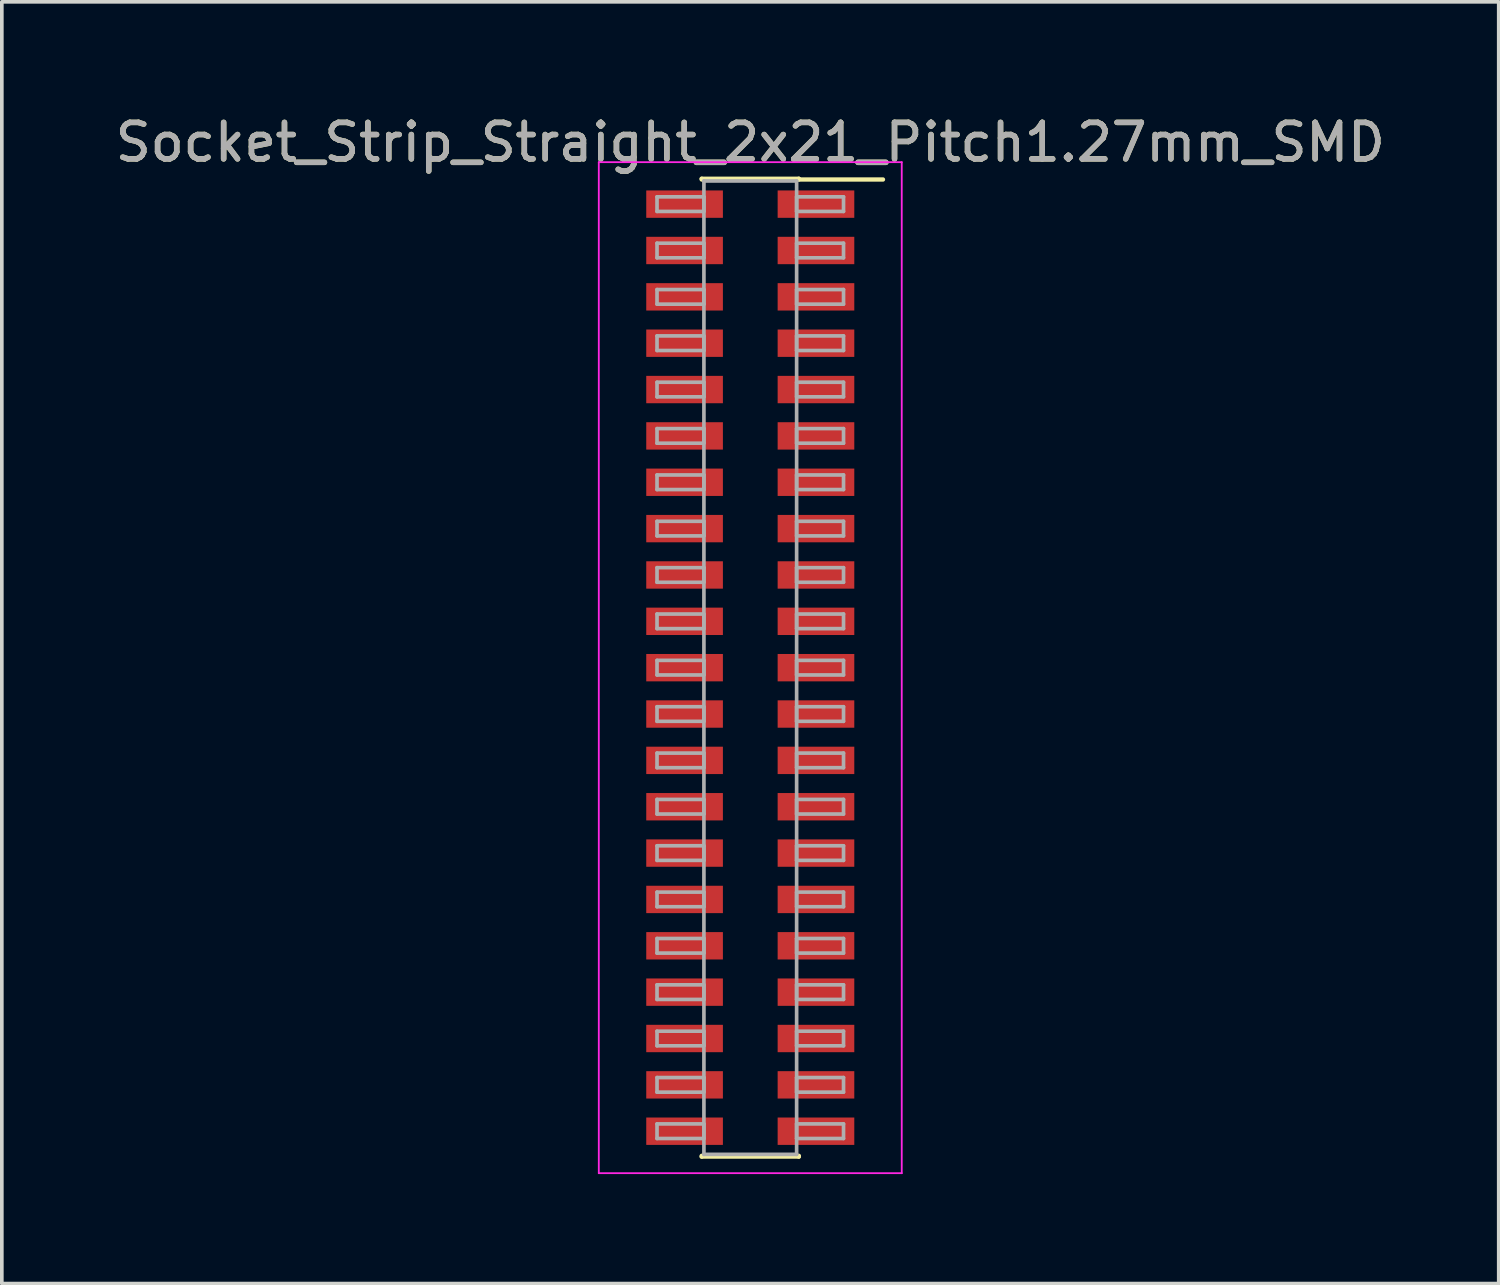
<source format=kicad_pcb>
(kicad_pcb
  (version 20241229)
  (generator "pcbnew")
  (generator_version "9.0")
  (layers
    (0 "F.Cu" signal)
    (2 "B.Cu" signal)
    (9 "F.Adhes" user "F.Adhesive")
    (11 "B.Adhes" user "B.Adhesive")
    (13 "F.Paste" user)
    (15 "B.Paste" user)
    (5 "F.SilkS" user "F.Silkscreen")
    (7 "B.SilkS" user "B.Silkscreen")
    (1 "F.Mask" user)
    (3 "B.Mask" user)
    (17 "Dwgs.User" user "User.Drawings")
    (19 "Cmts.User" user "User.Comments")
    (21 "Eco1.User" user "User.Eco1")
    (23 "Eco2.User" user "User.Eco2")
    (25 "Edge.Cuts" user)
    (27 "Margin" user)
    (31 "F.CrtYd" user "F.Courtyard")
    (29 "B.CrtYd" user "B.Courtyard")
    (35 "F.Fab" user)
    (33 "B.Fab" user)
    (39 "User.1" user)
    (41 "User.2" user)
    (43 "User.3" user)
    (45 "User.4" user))
  (footprint "Socket_Strip_Straight_2x21_Pitch1.27mm_SMD"
    (layer "F.Cu")
    (at 17.506 15.243)
    (property "Reference" "Socket_Strip_Straight_2x21_Pitch1.27mm_SMD" (at 0 -14.395 0) (layer "F.SilkS") (effects (font (size 1 1) (thickness 0.15))))
    (attr smd)
    (fp_line (start -1.33 -13.395) (end 1.33 -13.395) (stroke (width 0.12) (type solid)) (layer "F.SilkS"))
    (fp_line (start -1.33 -13.375) (end -1.33 -13.395) (stroke (width 0.12) (type solid)) (layer "F.SilkS"))
    (fp_line (start -1.33 13.375) (end -1.33 13.395) (stroke (width 0.12) (type solid)) (layer "F.SilkS"))
    (fp_line (start -1.33 13.395) (end 1.33 13.395) (stroke (width 0.12) (type solid)) (layer "F.SilkS"))
    (fp_line (start 1.33 -13.395) (end 1.33 -13.375) (stroke (width 0.12) (type solid)) (layer "F.SilkS"))
    (fp_line (start 1.33 13.395) (end 1.33 13.375) (stroke (width 0.12) (type solid)) (layer "F.SilkS"))
    (fp_line (start 3.635 -13.375) (end 1.33 -13.375) (stroke (width 0.12) (type solid)) (layer "F.SilkS"))
    (fp_line (start -4.15 -13.85) (end -4.15 13.85) (stroke (width 0.05) (type solid)) (layer "F.CrtYd"))
    (fp_line (start -4.15 13.85) (end 4.15 13.85) (stroke (width 0.05) (type solid)) (layer "F.CrtYd"))
    (fp_line (start 4.15 -13.85) (end -4.15 -13.85) (stroke (width 0.05) (type solid)) (layer "F.CrtYd"))
    (fp_line (start 4.15 13.85) (end 4.15 -13.85) (stroke (width 0.05) (type solid)) (layer "F.CrtYd"))
    (fp_line (start -2.555 -12.9) (end -1.27 -12.9) (stroke (width 0.1) (type solid)) (layer "F.Fab"))
    (fp_line (start -2.555 -12.5) (end -2.555 -12.9) (stroke (width 0.1) (type solid)) (layer "F.Fab"))
    (fp_line (start -2.555 -11.63) (end -1.27 -11.63) (stroke (width 0.1) (type solid)) (layer "F.Fab"))
    (fp_line (start -2.555 -11.23) (end -2.555 -11.63) (stroke (width 0.1) (type solid)) (layer "F.Fab"))
    (fp_line (start -2.555 -10.36) (end -1.27 -10.36) (stroke (width 0.1) (type solid)) (layer "F.Fab"))
    (fp_line (start -2.555 -9.96) (end -2.555 -10.36) (stroke (width 0.1) (type solid)) (layer "F.Fab"))
    (fp_line (start -2.555 -9.09) (end -1.27 -9.09) (stroke (width 0.1) (type solid)) (layer "F.Fab"))
    (fp_line (start -2.555 -8.69) (end -2.555 -9.09) (stroke (width 0.1) (type solid)) (layer "F.Fab"))
    (fp_line (start -2.555 -7.82) (end -1.27 -7.82) (stroke (width 0.1) (type solid)) (layer "F.Fab"))
    (fp_line (start -2.555 -7.42) (end -2.555 -7.82) (stroke (width 0.1) (type solid)) (layer "F.Fab"))
    (fp_line (start -2.555 -6.55) (end -1.27 -6.55) (stroke (width 0.1) (type solid)) (layer "F.Fab"))
    (fp_line (start -2.555 -6.15) (end -2.555 -6.55) (stroke (width 0.1) (type solid)) (layer "F.Fab"))
    (fp_line (start -2.555 -5.28) (end -1.27 -5.28) (stroke (width 0.1) (type solid)) (layer "F.Fab"))
    (fp_line (start -2.555 -4.88) (end -2.555 -5.28) (stroke (width 0.1) (type solid)) (layer "F.Fab"))
    (fp_line (start -2.555 -4.01) (end -1.27 -4.01) (stroke (width 0.1) (type solid)) (layer "F.Fab"))
    (fp_line (start -2.555 -3.61) (end -2.555 -4.01) (stroke (width 0.1) (type solid)) (layer "F.Fab"))
    (fp_line (start -2.555 -2.74) (end -1.27 -2.74) (stroke (width 0.1) (type solid)) (layer "F.Fab"))
    (fp_line (start -2.555 -2.34) (end -2.555 -2.74) (stroke (width 0.1) (type solid)) (layer "F.Fab"))
    (fp_line (start -2.555 -1.47) (end -1.27 -1.47) (stroke (width 0.1) (type solid)) (layer "F.Fab"))
    (fp_line (start -2.555 -1.07) (end -2.555 -1.47) (stroke (width 0.1) (type solid)) (layer "F.Fab"))
    (fp_line (start -2.555 -0.2) (end -1.27 -0.2) (stroke (width 0.1) (type solid)) (layer "F.Fab"))
    (fp_line (start -2.555 0.2) (end -2.555 -0.2) (stroke (width 0.1) (type solid)) (layer "F.Fab"))
    (fp_line (start -2.555 1.07) (end -1.27 1.07) (stroke (width 0.1) (type solid)) (layer "F.Fab"))
    (fp_line (start -2.555 1.47) (end -2.555 1.07) (stroke (width 0.1) (type solid)) (layer "F.Fab"))
    (fp_line (start -2.555 2.34) (end -1.27 2.34) (stroke (width 0.1) (type solid)) (layer "F.Fab"))
    (fp_line (start -2.555 2.74) (end -2.555 2.34) (stroke (width 0.1) (type solid)) (layer "F.Fab"))
    (fp_line (start -2.555 3.61) (end -1.27 3.61) (stroke (width 0.1) (type solid)) (layer "F.Fab"))
    (fp_line (start -2.555 4.01) (end -2.555 3.61) (stroke (width 0.1) (type solid)) (layer "F.Fab"))
    (fp_line (start -2.555 4.88) (end -1.27 4.88) (stroke (width 0.1) (type solid)) (layer "F.Fab"))
    (fp_line (start -2.555 5.28) (end -2.555 4.88) (stroke (width 0.1) (type solid)) (layer "F.Fab"))
    (fp_line (start -2.555 6.15) (end -1.27 6.15) (stroke (width 0.1) (type solid)) (layer "F.Fab"))
    (fp_line (start -2.555 6.55) (end -2.555 6.15) (stroke (width 0.1) (type solid)) (layer "F.Fab"))
    (fp_line (start -2.555 7.42) (end -1.27 7.42) (stroke (width 0.1) (type solid)) (layer "F.Fab"))
    (fp_line (start -2.555 7.82) (end -2.555 7.42) (stroke (width 0.1) (type solid)) (layer "F.Fab"))
    (fp_line (start -2.555 8.69) (end -1.27 8.69) (stroke (width 0.1) (type solid)) (layer "F.Fab"))
    (fp_line (start -2.555 9.09) (end -2.555 8.69) (stroke (width 0.1) (type solid)) (layer "F.Fab"))
    (fp_line (start -2.555 9.96) (end -1.27 9.96) (stroke (width 0.1) (type solid)) (layer "F.Fab"))
    (fp_line (start -2.555 10.36) (end -2.555 9.96) (stroke (width 0.1) (type solid)) (layer "F.Fab"))
    (fp_line (start -2.555 11.23) (end -1.27 11.23) (stroke (width 0.1) (type solid)) (layer "F.Fab"))
    (fp_line (start -2.555 11.63) (end -2.555 11.23) (stroke (width 0.1) (type solid)) (layer "F.Fab"))
    (fp_line (start -2.555 12.5) (end -1.27 12.5) (stroke (width 0.1) (type solid)) (layer "F.Fab"))
    (fp_line (start -2.555 12.9) (end -2.555 12.5) (stroke (width 0.1) (type solid)) (layer "F.Fab"))
    (fp_line (start -1.27 -13.335) (end -1.27 13.335) (stroke (width 0.1) (type solid)) (layer "F.Fab"))
    (fp_line (start -1.27 -12.9) (end -1.27 -12.5) (stroke (width 0.1) (type solid)) (layer "F.Fab"))
    (fp_line (start -1.27 -12.5) (end -2.555 -12.5) (stroke (width 0.1) (type solid)) (layer "F.Fab"))
    (fp_line (start -1.27 -11.63) (end -1.27 -11.23) (stroke (width 0.1) (type solid)) (layer "F.Fab"))
    (fp_line (start -1.27 -11.23) (end -2.555 -11.23) (stroke (width 0.1) (type solid)) (layer "F.Fab"))
    (fp_line (start -1.27 -10.36) (end -1.27 -9.96) (stroke (width 0.1) (type solid)) (layer "F.Fab"))
    (fp_line (start -1.27 -9.96) (end -2.555 -9.96) (stroke (width 0.1) (type solid)) (layer "F.Fab"))
    (fp_line (start -1.27 -9.09) (end -1.27 -8.69) (stroke (width 0.1) (type solid)) (layer "F.Fab"))
    (fp_line (start -1.27 -8.69) (end -2.555 -8.69) (stroke (width 0.1) (type solid)) (layer "F.Fab"))
    (fp_line (start -1.27 -7.82) (end -1.27 -7.42) (stroke (width 0.1) (type solid)) (layer "F.Fab"))
    (fp_line (start -1.27 -7.42) (end -2.555 -7.42) (stroke (width 0.1) (type solid)) (layer "F.Fab"))
    (fp_line (start -1.27 -6.55) (end -1.27 -6.15) (stroke (width 0.1) (type solid)) (layer "F.Fab"))
    (fp_line (start -1.27 -6.15) (end -2.555 -6.15) (stroke (width 0.1) (type solid)) (layer "F.Fab"))
    (fp_line (start -1.27 -5.28) (end -1.27 -4.88) (stroke (width 0.1) (type solid)) (layer "F.Fab"))
    (fp_line (start -1.27 -4.88) (end -2.555 -4.88) (stroke (width 0.1) (type solid)) (layer "F.Fab"))
    (fp_line (start -1.27 -4.01) (end -1.27 -3.61) (stroke (width 0.1) (type solid)) (layer "F.Fab"))
    (fp_line (start -1.27 -3.61) (end -2.555 -3.61) (stroke (width 0.1) (type solid)) (layer "F.Fab"))
    (fp_line (start -1.27 -2.74) (end -1.27 -2.34) (stroke (width 0.1) (type solid)) (layer "F.Fab"))
    (fp_line (start -1.27 -2.34) (end -2.555 -2.34) (stroke (width 0.1) (type solid)) (layer "F.Fab"))
    (fp_line (start -1.27 -1.47) (end -1.27 -1.07) (stroke (width 0.1) (type solid)) (layer "F.Fab"))
    (fp_line (start -1.27 -1.07) (end -2.555 -1.07) (stroke (width 0.1) (type solid)) (layer "F.Fab"))
    (fp_line (start -1.27 -0.2) (end -1.27 0.2) (stroke (width 0.1) (type solid)) (layer "F.Fab"))
    (fp_line (start -1.27 0.2) (end -2.555 0.2) (stroke (width 0.1) (type solid)) (layer "F.Fab"))
    (fp_line (start -1.27 1.07) (end -1.27 1.47) (stroke (width 0.1) (type solid)) (layer "F.Fab"))
    (fp_line (start -1.27 1.47) (end -2.555 1.47) (stroke (width 0.1) (type solid)) (layer "F.Fab"))
    (fp_line (start -1.27 2.34) (end -1.27 2.74) (stroke (width 0.1) (type solid)) (layer "F.Fab"))
    (fp_line (start -1.27 2.74) (end -2.555 2.74) (stroke (width 0.1) (type solid)) (layer "F.Fab"))
    (fp_line (start -1.27 3.61) (end -1.27 4.01) (stroke (width 0.1) (type solid)) (layer "F.Fab"))
    (fp_line (start -1.27 4.01) (end -2.555 4.01) (stroke (width 0.1) (type solid)) (layer "F.Fab"))
    (fp_line (start -1.27 4.88) (end -1.27 5.28) (stroke (width 0.1) (type solid)) (layer "F.Fab"))
    (fp_line (start -1.27 5.28) (end -2.555 5.28) (stroke (width 0.1) (type solid)) (layer "F.Fab"))
    (fp_line (start -1.27 6.15) (end -1.27 6.55) (stroke (width 0.1) (type solid)) (layer "F.Fab"))
    (fp_line (start -1.27 6.55) (end -2.555 6.55) (stroke (width 0.1) (type solid)) (layer "F.Fab"))
    (fp_line (start -1.27 7.42) (end -1.27 7.82) (stroke (width 0.1) (type solid)) (layer "F.Fab"))
    (fp_line (start -1.27 7.82) (end -2.555 7.82) (stroke (width 0.1) (type solid)) (layer "F.Fab"))
    (fp_line (start -1.27 8.69) (end -1.27 9.09) (stroke (width 0.1) (type solid)) (layer "F.Fab"))
    (fp_line (start -1.27 9.09) (end -2.555 9.09) (stroke (width 0.1) (type solid)) (layer "F.Fab"))
    (fp_line (start -1.27 9.96) (end -1.27 10.36) (stroke (width 0.1) (type solid)) (layer "F.Fab"))
    (fp_line (start -1.27 10.36) (end -2.555 10.36) (stroke (width 0.1) (type solid)) (layer "F.Fab"))
    (fp_line (start -1.27 11.23) (end -1.27 11.63) (stroke (width 0.1) (type solid)) (layer "F.Fab"))
    (fp_line (start -1.27 11.63) (end -2.555 11.63) (stroke (width 0.1) (type solid)) (layer "F.Fab"))
    (fp_line (start -1.27 12.5) (end -1.27 12.9) (stroke (width 0.1) (type solid)) (layer "F.Fab"))
    (fp_line (start -1.27 12.9) (end -2.555 12.9) (stroke (width 0.1) (type solid)) (layer "F.Fab"))
    (fp_line (start -1.27 13.335) (end 1.27 13.335) (stroke (width 0.1) (type solid)) (layer "F.Fab"))
    (fp_line (start 1.27 -13.335) (end -1.27 -13.335) (stroke (width 0.1) (type solid)) (layer "F.Fab"))
    (fp_line (start 1.27 -12.9) (end 1.27 -12.5) (stroke (width 0.1) (type solid)) (layer "F.Fab"))
    (fp_line (start 1.27 -12.5) (end 2.555 -12.5) (stroke (width 0.1) (type solid)) (layer "F.Fab"))
    (fp_line (start 1.27 -11.63) (end 1.27 -11.23) (stroke (width 0.1) (type solid)) (layer "F.Fab"))
    (fp_line (start 1.27 -11.23) (end 2.555 -11.23) (stroke (width 0.1) (type solid)) (layer "F.Fab"))
    (fp_line (start 1.27 -10.36) (end 1.27 -9.96) (stroke (width 0.1) (type solid)) (layer "F.Fab"))
    (fp_line (start 1.27 -9.96) (end 2.555 -9.96) (stroke (width 0.1) (type solid)) (layer "F.Fab"))
    (fp_line (start 1.27 -9.09) (end 1.27 -8.69) (stroke (width 0.1) (type solid)) (layer "F.Fab"))
    (fp_line (start 1.27 -8.69) (end 2.555 -8.69) (stroke (width 0.1) (type solid)) (layer "F.Fab"))
    (fp_line (start 1.27 -7.82) (end 1.27 -7.42) (stroke (width 0.1) (type solid)) (layer "F.Fab"))
    (fp_line (start 1.27 -7.42) (end 2.555 -7.42) (stroke (width 0.1) (type solid)) (layer "F.Fab"))
    (fp_line (start 1.27 -6.55) (end 1.27 -6.15) (stroke (width 0.1) (type solid)) (layer "F.Fab"))
    (fp_line (start 1.27 -6.15) (end 2.555 -6.15) (stroke (width 0.1) (type solid)) (layer "F.Fab"))
    (fp_line (start 1.27 -5.28) (end 1.27 -4.88) (stroke (width 0.1) (type solid)) (layer "F.Fab"))
    (fp_line (start 1.27 -4.88) (end 2.555 -4.88) (stroke (width 0.1) (type solid)) (layer "F.Fab"))
    (fp_line (start 1.27 -4.01) (end 1.27 -3.61) (stroke (width 0.1) (type solid)) (layer "F.Fab"))
    (fp_line (start 1.27 -3.61) (end 2.555 -3.61) (stroke (width 0.1) (type solid)) (layer "F.Fab"))
    (fp_line (start 1.27 -2.74) (end 1.27 -2.34) (stroke (width 0.1) (type solid)) (layer "F.Fab"))
    (fp_line (start 1.27 -2.34) (end 2.555 -2.34) (stroke (width 0.1) (type solid)) (layer "F.Fab"))
    (fp_line (start 1.27 -1.47) (end 1.27 -1.07) (stroke (width 0.1) (type solid)) (layer "F.Fab"))
    (fp_line (start 1.27 -1.07) (end 2.555 -1.07) (stroke (width 0.1) (type solid)) (layer "F.Fab"))
    (fp_line (start 1.27 -0.2) (end 1.27 0.2) (stroke (width 0.1) (type solid)) (layer "F.Fab"))
    (fp_line (start 1.27 0.2) (end 2.555 0.2) (stroke (width 0.1) (type solid)) (layer "F.Fab"))
    (fp_line (start 1.27 1.07) (end 1.27 1.47) (stroke (width 0.1) (type solid)) (layer "F.Fab"))
    (fp_line (start 1.27 1.47) (end 2.555 1.47) (stroke (width 0.1) (type solid)) (layer "F.Fab"))
    (fp_line (start 1.27 2.34) (end 1.27 2.74) (stroke (width 0.1) (type solid)) (layer "F.Fab"))
    (fp_line (start 1.27 2.74) (end 2.555 2.74) (stroke (width 0.1) (type solid)) (layer "F.Fab"))
    (fp_line (start 1.27 3.61) (end 1.27 4.01) (stroke (width 0.1) (type solid)) (layer "F.Fab"))
    (fp_line (start 1.27 4.01) (end 2.555 4.01) (stroke (width 0.1) (type solid)) (layer "F.Fab"))
    (fp_line (start 1.27 4.88) (end 1.27 5.28) (stroke (width 0.1) (type solid)) (layer "F.Fab"))
    (fp_line (start 1.27 5.28) (end 2.555 5.28) (stroke (width 0.1) (type solid)) (layer "F.Fab"))
    (fp_line (start 1.27 6.15) (end 1.27 6.55) (stroke (width 0.1) (type solid)) (layer "F.Fab"))
    (fp_line (start 1.27 6.55) (end 2.555 6.55) (stroke (width 0.1) (type solid)) (layer "F.Fab"))
    (fp_line (start 1.27 7.42) (end 1.27 7.82) (stroke (width 0.1) (type solid)) (layer "F.Fab"))
    (fp_line (start 1.27 7.82) (end 2.555 7.82) (stroke (width 0.1) (type solid)) (layer "F.Fab"))
    (fp_line (start 1.27 8.69) (end 1.27 9.09) (stroke (width 0.1) (type solid)) (layer "F.Fab"))
    (fp_line (start 1.27 9.09) (end 2.555 9.09) (stroke (width 0.1) (type solid)) (layer "F.Fab"))
    (fp_line (start 1.27 9.96) (end 1.27 10.36) (stroke (width 0.1) (type solid)) (layer "F.Fab"))
    (fp_line (start 1.27 10.36) (end 2.555 10.36) (stroke (width 0.1) (type solid)) (layer "F.Fab"))
    (fp_line (start 1.27 11.23) (end 1.27 11.63) (stroke (width 0.1) (type solid)) (layer "F.Fab"))
    (fp_line (start 1.27 11.63) (end 2.555 11.63) (stroke (width 0.1) (type solid)) (layer "F.Fab"))
    (fp_line (start 1.27 12.5) (end 1.27 12.9) (stroke (width 0.1) (type solid)) (layer "F.Fab"))
    (fp_line (start 1.27 12.9) (end 2.555 12.9) (stroke (width 0.1) (type solid)) (layer "F.Fab"))
    (fp_line (start 1.27 13.335) (end 1.27 -13.335) (stroke (width 0.1) (type solid)) (layer "F.Fab"))
    (fp_line (start 2.555 -12.9) (end 1.27 -12.9) (stroke (width 0.1) (type solid)) (layer "F.Fab"))
    (fp_line (start 2.555 -12.5) (end 2.555 -12.9) (stroke (width 0.1) (type solid)) (layer "F.Fab"))
    (fp_line (start 2.555 -11.63) (end 1.27 -11.63) (stroke (width 0.1) (type solid)) (layer "F.Fab"))
    (fp_line (start 2.555 -11.23) (end 2.555 -11.63) (stroke (width 0.1) (type solid)) (layer "F.Fab"))
    (fp_line (start 2.555 -10.36) (end 1.27 -10.36) (stroke (width 0.1) (type solid)) (layer "F.Fab"))
    (fp_line (start 2.555 -9.96) (end 2.555 -10.36) (stroke (width 0.1) (type solid)) (layer "F.Fab"))
    (fp_line (start 2.555 -9.09) (end 1.27 -9.09) (stroke (width 0.1) (type solid)) (layer "F.Fab"))
    (fp_line (start 2.555 -8.69) (end 2.555 -9.09) (stroke (width 0.1) (type solid)) (layer "F.Fab"))
    (fp_line (start 2.555 -7.82) (end 1.27 -7.82) (stroke (width 0.1) (type solid)) (layer "F.Fab"))
    (fp_line (start 2.555 -7.42) (end 2.555 -7.82) (stroke (width 0.1) (type solid)) (layer "F.Fab"))
    (fp_line (start 2.555 -6.55) (end 1.27 -6.55) (stroke (width 0.1) (type solid)) (layer "F.Fab"))
    (fp_line (start 2.555 -6.15) (end 2.555 -6.55) (stroke (width 0.1) (type solid)) (layer "F.Fab"))
    (fp_line (start 2.555 -5.28) (end 1.27 -5.28) (stroke (width 0.1) (type solid)) (layer "F.Fab"))
    (fp_line (start 2.555 -4.88) (end 2.555 -5.28) (stroke (width 0.1) (type solid)) (layer "F.Fab"))
    (fp_line (start 2.555 -4.01) (end 1.27 -4.01) (stroke (width 0.1) (type solid)) (layer "F.Fab"))
    (fp_line (start 2.555 -3.61) (end 2.555 -4.01) (stroke (width 0.1) (type solid)) (layer "F.Fab"))
    (fp_line (start 2.555 -2.74) (end 1.27 -2.74) (stroke (width 0.1) (type solid)) (layer "F.Fab"))
    (fp_line (start 2.555 -2.34) (end 2.555 -2.74) (stroke (width 0.1) (type solid)) (layer "F.Fab"))
    (fp_line (start 2.555 -1.47) (end 1.27 -1.47) (stroke (width 0.1) (type solid)) (layer "F.Fab"))
    (fp_line (start 2.555 -1.07) (end 2.555 -1.47) (stroke (width 0.1) (type solid)) (layer "F.Fab"))
    (fp_line (start 2.555 -0.2) (end 1.27 -0.2) (stroke (width 0.1) (type solid)) (layer "F.Fab"))
    (fp_line (start 2.555 0.2) (end 2.555 -0.2) (stroke (width 0.1) (type solid)) (layer "F.Fab"))
    (fp_line (start 2.555 1.07) (end 1.27 1.07) (stroke (width 0.1) (type solid)) (layer "F.Fab"))
    (fp_line (start 2.555 1.47) (end 2.555 1.07) (stroke (width 0.1) (type solid)) (layer "F.Fab"))
    (fp_line (start 2.555 2.34) (end 1.27 2.34) (stroke (width 0.1) (type solid)) (layer "F.Fab"))
    (fp_line (start 2.555 2.74) (end 2.555 2.34) (stroke (width 0.1) (type solid)) (layer "F.Fab"))
    (fp_line (start 2.555 3.61) (end 1.27 3.61) (stroke (width 0.1) (type solid)) (layer "F.Fab"))
    (fp_line (start 2.555 4.01) (end 2.555 3.61) (stroke (width 0.1) (type solid)) (layer "F.Fab"))
    (fp_line (start 2.555 4.88) (end 1.27 4.88) (stroke (width 0.1) (type solid)) (layer "F.Fab"))
    (fp_line (start 2.555 5.28) (end 2.555 4.88) (stroke (width 0.1) (type solid)) (layer "F.Fab"))
    (fp_line (start 2.555 6.15) (end 1.27 6.15) (stroke (width 0.1) (type solid)) (layer "F.Fab"))
    (fp_line (start 2.555 6.55) (end 2.555 6.15) (stroke (width 0.1) (type solid)) (layer "F.Fab"))
    (fp_line (start 2.555 7.42) (end 1.27 7.42) (stroke (width 0.1) (type solid)) (layer "F.Fab"))
    (fp_line (start 2.555 7.82) (end 2.555 7.42) (stroke (width 0.1) (type solid)) (layer "F.Fab"))
    (fp_line (start 2.555 8.69) (end 1.27 8.69) (stroke (width 0.1) (type solid)) (layer "F.Fab"))
    (fp_line (start 2.555 9.09) (end 2.555 8.69) (stroke (width 0.1) (type solid)) (layer "F.Fab"))
    (fp_line (start 2.555 9.96) (end 1.27 9.96) (stroke (width 0.1) (type solid)) (layer "F.Fab"))
    (fp_line (start 2.555 10.36) (end 2.555 9.96) (stroke (width 0.1) (type solid)) (layer "F.Fab"))
    (fp_line (start 2.555 11.23) (end 1.27 11.23) (stroke (width 0.1) (type solid)) (layer "F.Fab"))
    (fp_line (start 2.555 11.63) (end 2.555 11.23) (stroke (width 0.1) (type solid)) (layer "F.Fab"))
    (fp_line (start 2.555 12.5) (end 1.27 12.5) (stroke (width 0.1) (type solid)) (layer "F.Fab"))
    (fp_line (start 2.555 12.9) (end 2.555 12.5) (stroke (width 0.1) (type solid)) (layer "F.Fab"))
    (fp_text user "${REFERENCE}" (at 0 -14.395 0) (layer "F.Fab") (effects (font (size 1 1) (thickness 0.15))))
    (pad "1" smd rect (at 1.8 -12.7) (size 2.1 0.75) (layers "F.Cu" "F.Mask" "F.Paste"))
    (pad "2" smd rect (at -1.8 -12.7) (size 2.1 0.75) (layers "F.Cu" "F.Mask" "F.Paste"))
    (pad "3" smd rect (at 1.8 -11.43) (size 2.1 0.75) (layers "F.Cu" "F.Mask" "F.Paste"))
    (pad "4" smd rect (at -1.8 -11.43) (size 2.1 0.75) (layers "F.Cu" "F.Mask" "F.Paste"))
    (pad "5" smd rect (at 1.8 -10.16) (size 2.1 0.75) (layers "F.Cu" "F.Mask" "F.Paste"))
    (pad "6" smd rect (at -1.8 -10.16) (size 2.1 0.75) (layers "F.Cu" "F.Mask" "F.Paste"))
    (pad "7" smd rect (at 1.8 -8.89) (size 2.1 0.75) (layers "F.Cu" "F.Mask" "F.Paste"))
    (pad "8" smd rect (at -1.8 -8.89) (size 2.1 0.75) (layers "F.Cu" "F.Mask" "F.Paste"))
    (pad "9" smd rect (at 1.8 -7.62) (size 2.1 0.75) (layers "F.Cu" "F.Mask" "F.Paste"))
    (pad "10" smd rect (at -1.8 -7.62) (size 2.1 0.75) (layers "F.Cu" "F.Mask" "F.Paste"))
    (pad "11" smd rect (at 1.8 -6.35) (size 2.1 0.75) (layers "F.Cu" "F.Mask" "F.Paste"))
    (pad "12" smd rect (at -1.8 -6.35) (size 2.1 0.75) (layers "F.Cu" "F.Mask" "F.Paste"))
    (pad "13" smd rect (at 1.8 -5.08) (size 2.1 0.75) (layers "F.Cu" "F.Mask" "F.Paste"))
    (pad "14" smd rect (at -1.8 -5.08) (size 2.1 0.75) (layers "F.Cu" "F.Mask" "F.Paste"))
    (pad "15" smd rect (at 1.8 -3.81) (size 2.1 0.75) (layers "F.Cu" "F.Mask" "F.Paste"))
    (pad "16" smd rect (at -1.8 -3.81) (size 2.1 0.75) (layers "F.Cu" "F.Mask" "F.Paste"))
    (pad "17" smd rect (at 1.8 -2.54) (size 2.1 0.75) (layers "F.Cu" "F.Mask" "F.Paste"))
    (pad "18" smd rect (at -1.8 -2.54) (size 2.1 0.75) (layers "F.Cu" "F.Mask" "F.Paste"))
    (pad "19" smd rect (at 1.8 -1.27) (size 2.1 0.75) (layers "F.Cu" "F.Mask" "F.Paste"))
    (pad "20" smd rect (at -1.8 -1.27) (size 2.1 0.75) (layers "F.Cu" "F.Mask" "F.Paste"))
    (pad "21" smd rect (at 1.8 0) (size 2.1 0.75) (layers "F.Cu" "F.Mask" "F.Paste"))
    (pad "22" smd rect (at -1.8 0) (size 2.1 0.75) (layers "F.Cu" "F.Mask" "F.Paste"))
    (pad "23" smd rect (at 1.8 1.27) (size 2.1 0.75) (layers "F.Cu" "F.Mask" "F.Paste"))
    (pad "24" smd rect (at -1.8 1.27) (size 2.1 0.75) (layers "F.Cu" "F.Mask" "F.Paste"))
    (pad "25" smd rect (at 1.8 2.54) (size 2.1 0.75) (layers "F.Cu" "F.Mask" "F.Paste"))
    (pad "26" smd rect (at -1.8 2.54) (size 2.1 0.75) (layers "F.Cu" "F.Mask" "F.Paste"))
    (pad "27" smd rect (at 1.8 3.81) (size 2.1 0.75) (layers "F.Cu" "F.Mask" "F.Paste"))
    (pad "28" smd rect (at -1.8 3.81) (size 2.1 0.75) (layers "F.Cu" "F.Mask" "F.Paste"))
    (pad "29" smd rect (at 1.8 5.08) (size 2.1 0.75) (layers "F.Cu" "F.Mask" "F.Paste"))
    (pad "30" smd rect (at -1.8 5.08) (size 2.1 0.75) (layers "F.Cu" "F.Mask" "F.Paste"))
    (pad "31" smd rect (at 1.8 6.35) (size 2.1 0.75) (layers "F.Cu" "F.Mask" "F.Paste"))
    (pad "32" smd rect (at -1.8 6.35) (size 2.1 0.75) (layers "F.Cu" "F.Mask" "F.Paste"))
    (pad "33" smd rect (at 1.8 7.62) (size 2.1 0.75) (layers "F.Cu" "F.Mask" "F.Paste"))
    (pad "34" smd rect (at -1.8 7.62) (size 2.1 0.75) (layers "F.Cu" "F.Mask" "F.Paste"))
    (pad "35" smd rect (at 1.8 8.89) (size 2.1 0.75) (layers "F.Cu" "F.Mask" "F.Paste"))
    (pad "36" smd rect (at -1.8 8.89) (size 2.1 0.75) (layers "F.Cu" "F.Mask" "F.Paste"))
    (pad "37" smd rect (at 1.8 10.16) (size 2.1 0.75) (layers "F.Cu" "F.Mask" "F.Paste"))
    (pad "38" smd rect (at -1.8 10.16) (size 2.1 0.75) (layers "F.Cu" "F.Mask" "F.Paste"))
    (pad "39" smd rect (at 1.8 11.43) (size 2.1 0.75) (layers "F.Cu" "F.Mask" "F.Paste"))
    (pad "40" smd rect (at -1.8 11.43) (size 2.1 0.75) (layers "F.Cu" "F.Mask" "F.Paste"))
    (pad "41" smd rect (at 1.8 12.7) (size 2.1 0.75) (layers "F.Cu" "F.Mask" "F.Paste"))
    (pad "42" smd rect (at -1.8 12.7) (size 2.1 0.75) (layers "F.Cu" "F.Mask" "F.Paste")))
  (gr_rect
    (start -3 -3)
    (end 38.012 32.118)
    (stroke (width 0.1) (type default))
    (fill no)
    (layer "Edge.Cuts")))
</source>
